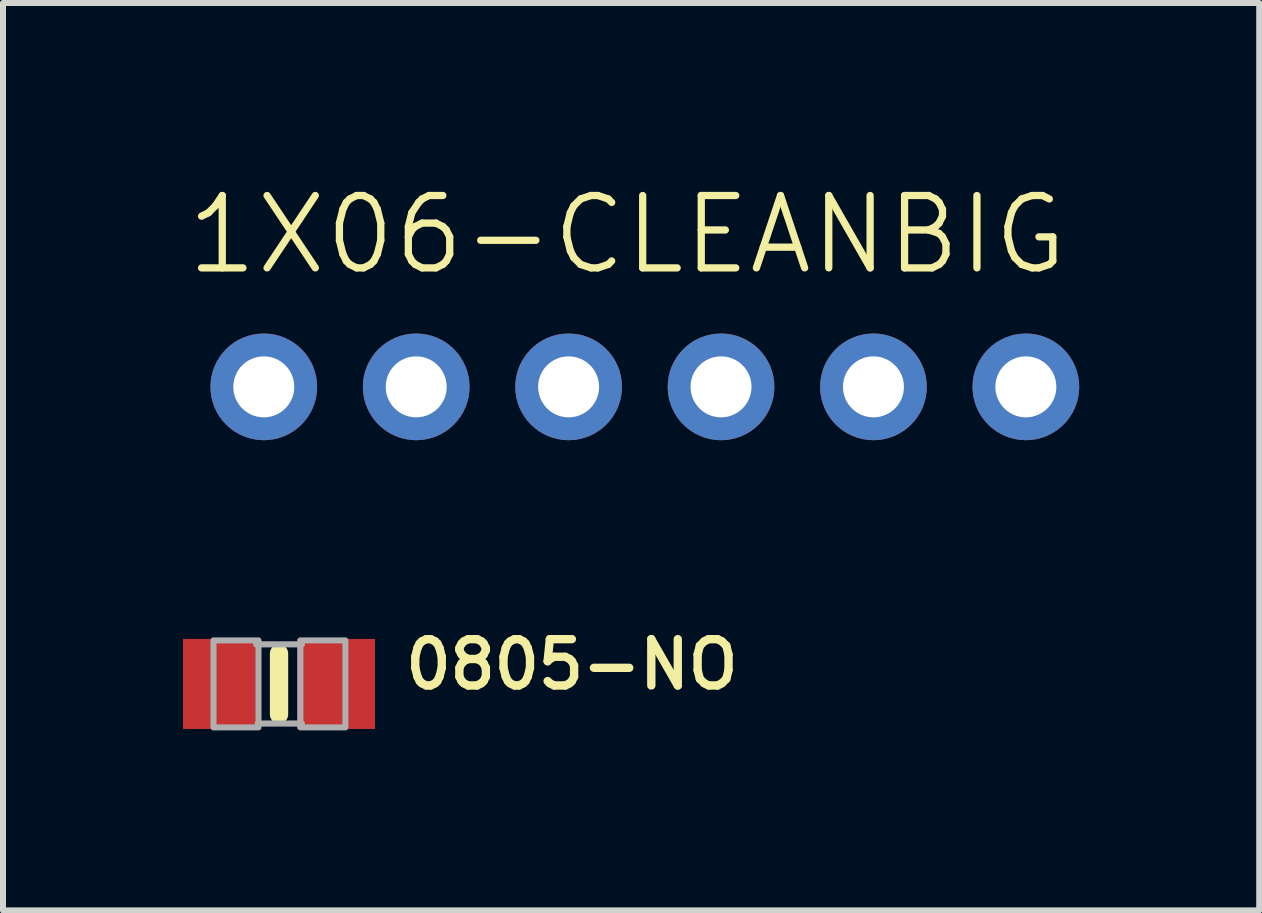
<source format=kicad_pcb>
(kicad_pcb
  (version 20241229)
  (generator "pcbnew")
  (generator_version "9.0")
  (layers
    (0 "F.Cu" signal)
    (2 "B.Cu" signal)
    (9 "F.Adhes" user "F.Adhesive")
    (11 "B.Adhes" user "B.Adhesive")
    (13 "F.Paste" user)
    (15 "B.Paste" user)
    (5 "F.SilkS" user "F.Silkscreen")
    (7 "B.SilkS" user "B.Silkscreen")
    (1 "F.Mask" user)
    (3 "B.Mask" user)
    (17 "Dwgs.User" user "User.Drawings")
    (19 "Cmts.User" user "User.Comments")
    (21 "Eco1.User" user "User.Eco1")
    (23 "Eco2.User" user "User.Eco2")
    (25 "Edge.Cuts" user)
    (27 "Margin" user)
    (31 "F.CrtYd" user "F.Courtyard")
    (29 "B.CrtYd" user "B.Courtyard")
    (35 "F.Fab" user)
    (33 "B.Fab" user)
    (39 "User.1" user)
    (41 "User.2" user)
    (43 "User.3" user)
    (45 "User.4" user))
  (footprint "1X06-CLEANBIG"
    (layer "F.Cu")
    (at 7.696 3.397)
    (property "Reference" "1X06-CLEANBIG" (at -7.696 -1.829 0) (layer "F.SilkS") (effects (font (size 1.206 1.206) (thickness 0.121)) (justify left bottom)))
    (attr through_hole)
    (fp_poly (pts (xy -6.604 0.254) (xy -6.096 0.254) (xy -6.096 -0.254) (xy -6.604 -0.254)) (stroke (width 0.1) (type solid)) (fill no) (layer "F.Fab"))
    (fp_poly (pts (xy -4.064 0.254) (xy -3.556 0.254) (xy -3.556 -0.254) (xy -4.064 -0.254)) (stroke (width 0.1) (type solid)) (fill no) (layer "F.Fab"))
    (fp_poly (pts (xy -1.524 0.254) (xy -1.016 0.254) (xy -1.016 -0.254) (xy -1.524 -0.254)) (stroke (width 0.1) (type solid)) (fill no) (layer "F.Fab"))
    (fp_poly (pts (xy 1.016 0.254) (xy 1.524 0.254) (xy 1.524 -0.254) (xy 1.016 -0.254)) (stroke (width 0.1) (type solid)) (fill no) (layer "F.Fab"))
    (fp_poly (pts (xy 3.556 0.254) (xy 4.064 0.254) (xy 4.064 -0.254) (xy 3.556 -0.254)) (stroke (width 0.1) (type solid)) (fill no) (layer "F.Fab"))
    (fp_poly (pts (xy 6.096 0.254) (xy 6.604 0.254) (xy 6.604 -0.254) (xy 6.096 -0.254)) (stroke (width 0.1) (type solid)) (fill no) (layer "F.Fab"))
    (pad "1" thru_hole circle (at -6.35 0 90) (size 1.778 1.778) (drill 1.016) (layers "*.Cu" "*.Mask"))
    (pad "2" thru_hole circle (at -3.81 0 90) (size 1.778 1.778) (drill 1.016) (layers "*.Cu" "*.Mask"))
    (pad "3" thru_hole circle (at -1.27 0 90) (size 1.778 1.778) (drill 1.016) (layers "*.Cu" "*.Mask"))
    (pad "4" thru_hole circle (at 1.27 0 90) (size 1.778 1.778) (drill 1.016) (layers "*.Cu" "*.Mask"))
    (pad "5" thru_hole circle (at 3.81 0 90) (size 1.778 1.778) (drill 1.016) (layers "*.Cu" "*.Mask"))
    (pad "6" thru_hole circle (at 6.35 0 90) (size 1.778 1.778) (drill 1.016) (layers "*.Cu" "*.Mask")))
  (footprint "0805-NO"
    (layer "F.Cu")
    (at 1.6 8.348)
    (property "Reference" "0805-NO" (at 2.032 0.127 0) (layer "F.SilkS") (effects (font (size 0.772 0.772) (thickness 0.139)) (justify left bottom)))
    (attr through_hole)
    (fp_line (start 0 -0.508) (end 0 0.508) (stroke (width 0.305) (type solid)) (layer "F.SilkS"))
    (fp_line (start -0.381 -0.66) (end 0.381 -0.66) (stroke (width 0.102) (type solid)) (layer "F.Fab"))
    (fp_line (start -0.356 0.66) (end 0.381 0.66) (stroke (width 0.102) (type solid)) (layer "F.Fab"))
    (fp_poly (pts (xy -1.092 0.724) (xy -0.342 0.724) (xy -0.342 -0.726) (xy -1.092 -0.726)) (stroke (width 0.1) (type solid)) (fill no) (layer "F.Fab"))
    (fp_poly (pts (xy 0.356 0.724) (xy 1.106 0.724) (xy 1.106 -0.726) (xy 0.356 -0.726)) (stroke (width 0.1) (type solid)) (fill no) (layer "F.Fab"))
    (pad "1" smd rect (at -0.95 0) (size 1.3 1.5) (layers "F.Cu" "F.Mask" "F.Paste"))
    (pad "2" smd rect (at 0.95 0) (size 1.3 1.5) (layers "F.Cu" "F.Mask" "F.Paste")))
  (gr_rect
    (start -3 -3)
    (end 17.935 12.122)
    (stroke (width 0.1) (type default))
    (fill no)
    (layer "Edge.Cuts")))
</source>
